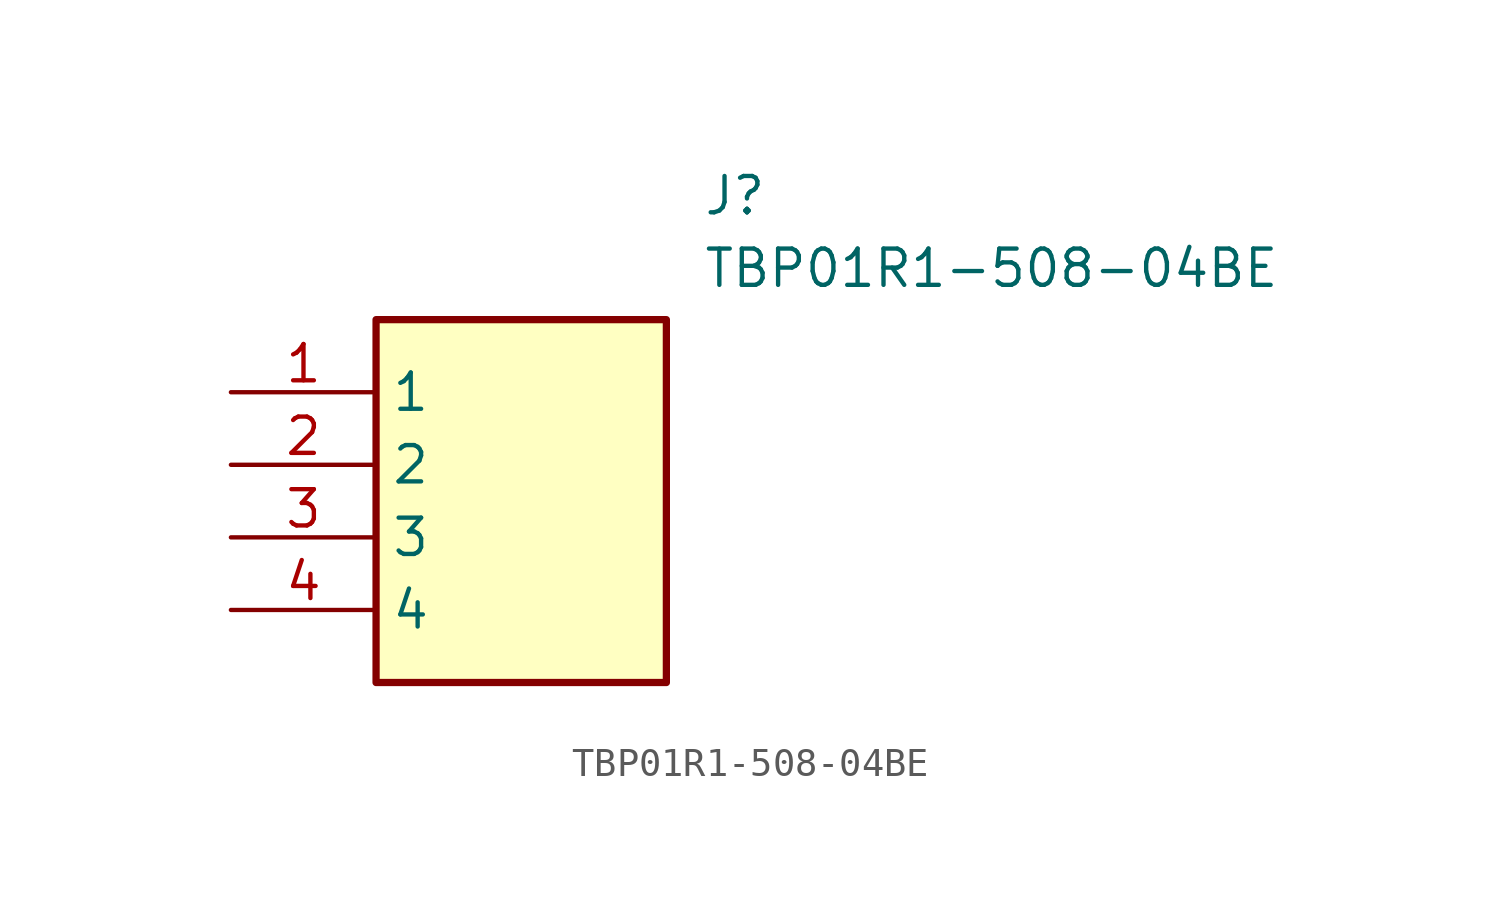
<source format=kicad_sym>
(kicad_symbol_lib
  (version 20211014)
  (generator SamacSys_ECAD_Model)
  (symbol "TBP01R1-508-04BE"
    (property "Reference" "J"
      (at 16.51 7.62 0)
      (effects (font (size 1.27 1.27)) (justify left top)))
    (property "Value" "TBP01R1-508-04BE"
      (at 16.51 5.08 0)
      (effects (font (size 1.27 1.27)) (justify left top)))
    (rectangle
      (start 5.08 2.54)
      (end 15.24 -10.16)
      (stroke (width 0.254) (type default))
      (fill (type background)))
    (pin passive line
      (at 0 0 0)
      (length 5.08)
      (name "1" (effects (font (size 1.27 1.27))))
      (number "1" (effects (font (size 1.27 1.27)))))
    (pin passive line
      (at 0 -2.54 0)
      (length 5.08)
      (name "2" (effects (font (size 1.27 1.27))))
      (number "2" (effects (font (size 1.27 1.27)))))
    (pin passive line
      (at 0 -5.08 0)
      (length 5.08)
      (name "3" (effects (font (size 1.27 1.27))))
      (number "3" (effects (font (size 1.27 1.27)))))
    (pin passive line
      (at 0 -7.62 0)
      (length 5.08)
      (name "4" (effects (font (size 1.27 1.27))))
      (number "4" (effects (font (size 1.27 1.27)))))))
</source>
